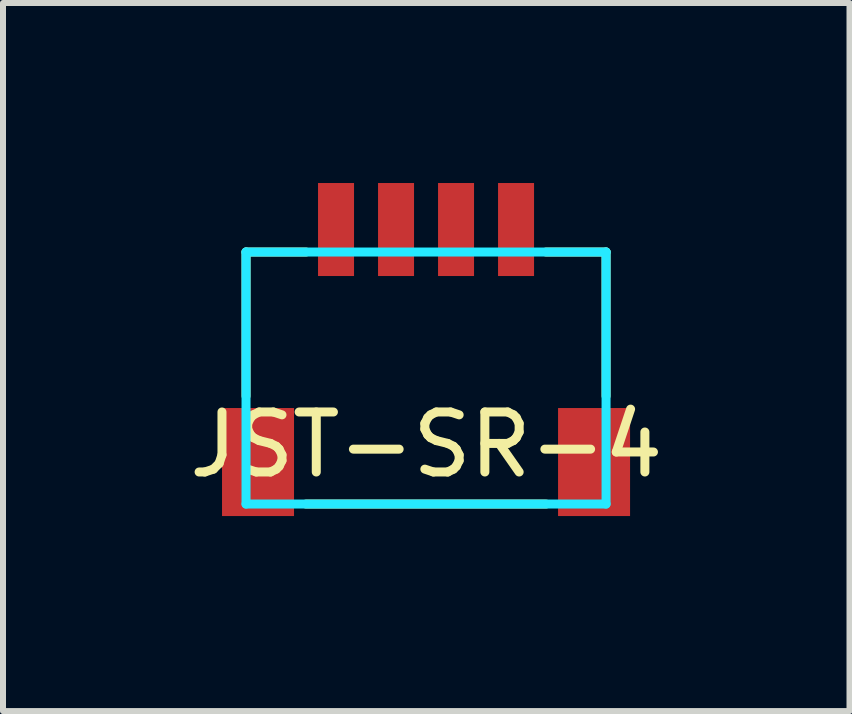
<source format=kicad_pcb>
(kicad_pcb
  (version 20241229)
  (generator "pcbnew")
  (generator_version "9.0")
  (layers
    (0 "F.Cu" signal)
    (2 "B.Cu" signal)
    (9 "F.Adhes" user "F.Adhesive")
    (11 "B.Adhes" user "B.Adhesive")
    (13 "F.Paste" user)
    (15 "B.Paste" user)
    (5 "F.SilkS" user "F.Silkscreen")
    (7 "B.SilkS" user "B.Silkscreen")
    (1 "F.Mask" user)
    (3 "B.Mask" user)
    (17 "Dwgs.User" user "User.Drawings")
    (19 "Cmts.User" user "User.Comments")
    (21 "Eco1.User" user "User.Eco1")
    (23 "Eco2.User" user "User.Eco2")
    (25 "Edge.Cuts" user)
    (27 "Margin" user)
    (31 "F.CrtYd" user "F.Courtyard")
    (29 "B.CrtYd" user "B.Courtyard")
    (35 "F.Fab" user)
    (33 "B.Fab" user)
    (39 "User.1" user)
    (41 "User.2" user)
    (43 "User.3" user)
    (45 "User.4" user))
  (footprint "JST-SR-4"
    (layer "F.Cu")
    (at 4.05 5.55)
    (property "Reference" "JST-SR-4" (at 0.004 -1.189 0) (layer "F.SilkS") (effects (font (size 1 1) (thickness 0.15))))
    (attr smd)
    (fp_line (start -3 -4.4) (end -2 -4.4) (stroke (width 0.15) (type solid)) (layer "F.SilkS"))
    (fp_line (start -3 -2) (end -3 -4.4) (stroke (width 0.15) (type solid)) (layer "F.SilkS"))
    (fp_line (start 2 -4.4) (end 3 -4.4) (stroke (width 0.15) (type solid)) (layer "F.SilkS"))
    (fp_line (start 2 -0.2) (end -2 -0.2) (stroke (width 0.15) (type solid)) (layer "F.SilkS"))
    (fp_line (start 3 -4.4) (end 3 -2) (stroke (width 0.15) (type solid)) (layer "F.SilkS"))
    (fp_line (start -3 -4.4) (end 3 -4.4) (stroke (width 0.15) (type solid)) (layer "B.CrtYd"))
    (fp_line (start -3 -0.2) (end -3 -4.4) (stroke (width 0.15) (type solid)) (layer "B.CrtYd"))
    (fp_line (start 3 -4.4) (end 3 -0.2) (stroke (width 0.15) (type solid)) (layer "B.CrtYd"))
    (fp_line (start 3 -0.2) (end -3 -0.2) (stroke (width 0.15) (type solid)) (layer "B.CrtYd"))
    (pad "" smd rect (at -2.8 -0.9) (size 1.2 1.8) (layers "F.Cu" "F.Mask" "F.Paste"))
    (pad "" smd rect (at 2.8 -0.9) (size 1.2 1.8) (layers "F.Cu" "F.Mask" "F.Paste"))
    (pad "1" smd rect (at -1.5 -4.775) (size 0.6 1.55) (layers "F.Cu" "F.Mask" "F.Paste"))
    (pad "2" smd rect (at -0.5 -4.775) (size 0.6 1.55) (layers "F.Cu" "F.Mask" "F.Paste"))
    (pad "3" smd rect (at 0.5 -4.775) (size 0.6 1.55) (layers "F.Cu" "F.Mask" "F.Paste"))
    (pad "4" smd rect (at 1.5 -4.775) (size 0.6 1.55) (layers "F.Cu" "F.Mask" "F.Paste")))
  (gr_rect
    (start -3 -3)
    (end 11.107 8.8)
    (stroke (width 0.1) (type default))
    (fill no)
    (layer "Edge.Cuts")))
</source>
